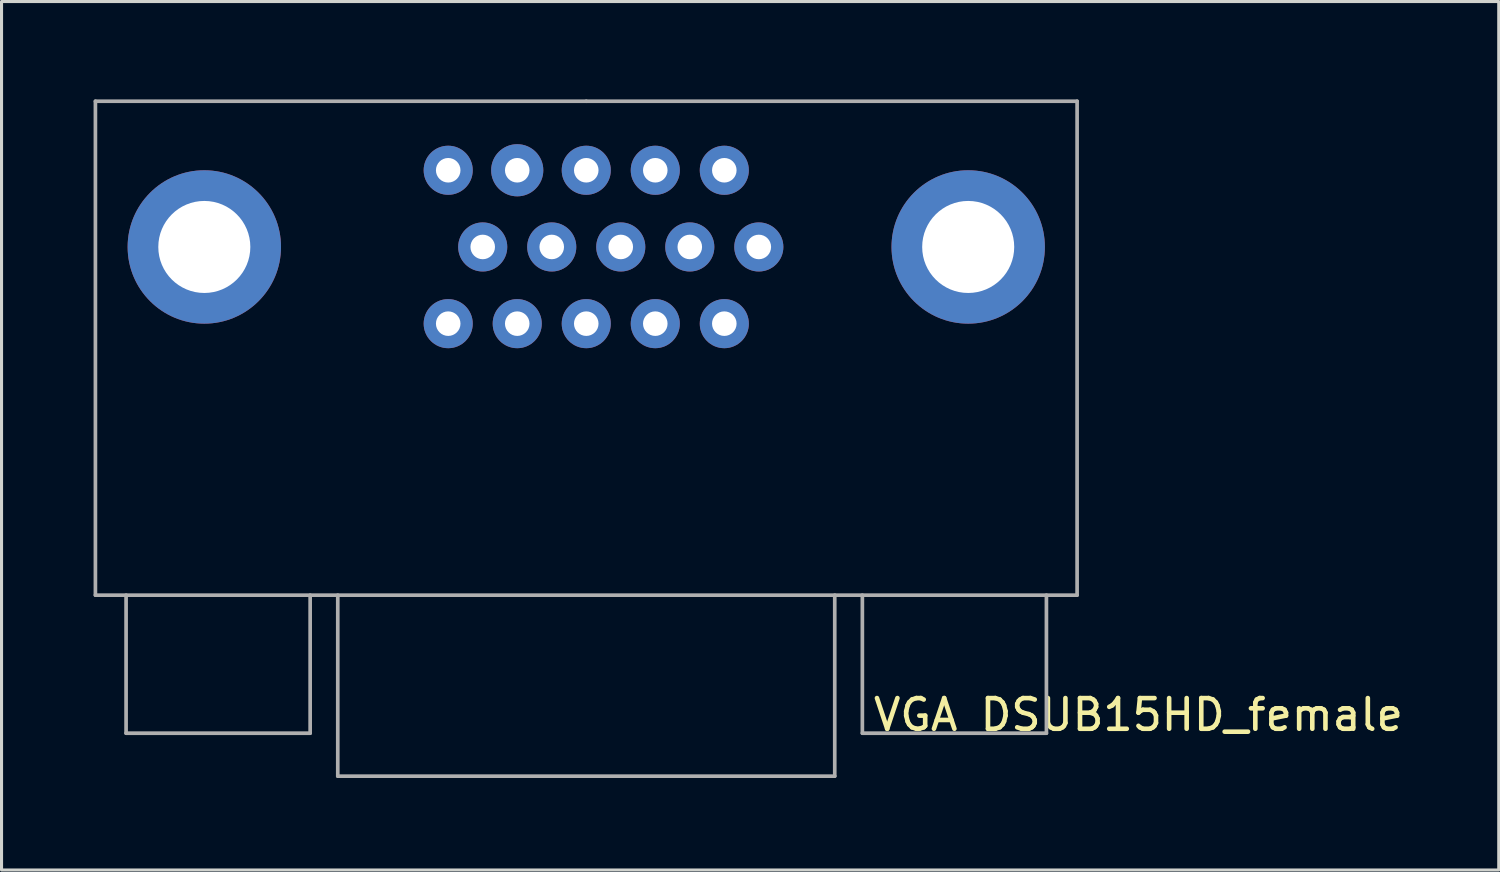
<source format=kicad_pcb>
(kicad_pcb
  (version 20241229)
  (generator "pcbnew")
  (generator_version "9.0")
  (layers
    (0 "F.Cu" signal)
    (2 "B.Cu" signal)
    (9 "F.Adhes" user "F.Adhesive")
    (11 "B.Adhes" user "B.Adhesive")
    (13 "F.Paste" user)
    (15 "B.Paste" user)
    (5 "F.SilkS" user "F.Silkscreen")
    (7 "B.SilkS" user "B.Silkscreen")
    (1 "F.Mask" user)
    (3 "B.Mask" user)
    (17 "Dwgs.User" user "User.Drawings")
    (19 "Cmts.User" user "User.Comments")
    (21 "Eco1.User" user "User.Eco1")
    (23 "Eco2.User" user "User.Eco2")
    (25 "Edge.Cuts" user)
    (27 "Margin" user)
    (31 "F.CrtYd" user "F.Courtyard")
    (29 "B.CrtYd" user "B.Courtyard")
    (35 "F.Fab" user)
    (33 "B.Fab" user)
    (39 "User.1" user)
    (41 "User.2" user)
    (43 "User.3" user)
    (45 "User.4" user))
  (footprint "VGA DSUB15HD_female"
    (layer "F.Cu")
    (at 16.06 0.25)
    (property "Reference" "VGA DSUB15HD_female" (at 18 20 0) (layer "F.SilkS") (effects (font (size 1 1) (thickness 0.15))))
    (attr through_hole)
    (fp_line (start -16 0) (end -16 16.1) (stroke (width 0.12) (type solid)) (layer "F.Fab"))
    (fp_line (start -16 16.1) (end 16 16.1) (stroke (width 0.12) (type solid)) (layer "F.Fab"))
    (fp_line (start -15 16.1) (end -15 20.6) (stroke (width 0.12) (type solid)) (layer "F.Fab"))
    (fp_line (start -15 20.6) (end -9 20.6) (stroke (width 0.12) (type solid)) (layer "F.Fab"))
    (fp_line (start -9 20.6) (end -9 16.1) (stroke (width 0.12) (type solid)) (layer "F.Fab"))
    (fp_line (start -8.1 22) (end -8.1 16.1) (stroke (width 0.12) (type solid)) (layer "F.Fab"))
    (fp_line (start 0 0) (end -16 0) (stroke (width 0.12) (type solid)) (layer "F.Fab"))
    (fp_line (start 0 0) (end 16 0) (stroke (width 0.12) (type solid)) (layer "F.Fab"))
    (fp_line (start 8.1 22) (end -8.1 22) (stroke (width 0.12) (type solid)) (layer "F.Fab"))
    (fp_line (start 8.1 22) (end 8.1 16.1) (stroke (width 0.12) (type solid)) (layer "F.Fab"))
    (fp_line (start 9 20.6) (end 9 16.1) (stroke (width 0.12) (type solid)) (layer "F.Fab"))
    (fp_line (start 15 16.1) (end 15 20.6) (stroke (width 0.12) (type solid)) (layer "F.Fab"))
    (fp_line (start 15 20.6) (end 9 20.6) (stroke (width 0.12) (type solid)) (layer "F.Fab"))
    (fp_line (start 16 0) (end 16 16.1) (stroke (width 0.12) (type solid)) (layer "F.Fab"))
    (pad "" thru_hole circle (at -12.45 4.75) (size 5 5) (drill 3) (layers "*.Cu" "*.Mask"))
    (pad "" thru_hole circle (at 12.45 4.75) (size 5 5) (drill 3) (layers "*.Cu" "*.Mask"))
    (pad "1" thru_hole circle (at 4.5 2.25) (size 1.6 1.6) (drill 0.8) (layers "*.Cu" "*.Mask"))
    (pad "2" thru_hole circle (at 2.25 2.25) (size 1.6 1.6) (drill 0.8) (layers "*.Cu" "*.Mask"))
    (pad "3" thru_hole circle (at 0 2.25) (size 1.6 1.6) (drill 0.8) (layers "*.Cu" "*.Mask"))
    (pad "4" thru_hole circle (at -2.25 2.25) (size 1.7 1.7) (drill 0.8) (layers "*.Cu" "*.Mask"))
    (pad "5" thru_hole circle (at -4.5 2.25) (size 1.6 1.6) (drill 0.8) (layers "*.Cu" "*.Mask"))
    (pad "6" thru_hole circle (at 5.625 4.75) (size 1.6 1.6) (drill 0.8) (layers "*.Cu" "*.Mask"))
    (pad "7" thru_hole circle (at 3.375 4.75) (size 1.6 1.6) (drill 0.8) (layers "*.Cu" "*.Mask"))
    (pad "8" thru_hole circle (at 1.125 4.75) (size 1.6 1.6) (drill 0.8) (layers "*.Cu" "*.Mask"))
    (pad "9" thru_hole circle (at -1.125 4.75) (size 1.6 1.6) (drill 0.8) (layers "*.Cu" "*.Mask"))
    (pad "10" thru_hole circle (at -3.375 4.75) (size 1.6 1.6) (drill 0.8) (layers "*.Cu" "*.Mask"))
    (pad "11" thru_hole circle (at 4.5 7.25) (size 1.6 1.6) (drill 0.8) (layers "*.Cu" "*.Mask"))
    (pad "12" thru_hole circle (at 2.25 7.25) (size 1.6 1.6) (drill 0.8) (layers "*.Cu" "*.Mask"))
    (pad "13" thru_hole circle (at 0 7.25) (size 1.6 1.6) (drill 0.8) (layers "*.Cu" "*.Mask"))
    (pad "14" thru_hole circle (at -2.25 7.25) (size 1.6 1.6) (drill 0.8) (layers "*.Cu" "*.Mask"))
    (pad "15" thru_hole circle (at -4.5 7.25) (size 1.6 1.6) (drill 0.8) (layers "*.Cu" "*.Mask")))
  (gr_rect
    (start -3 -3)
    (end 45.804 25.31)
    (stroke (width 0.1) (type default))
    (fill no)
    (layer "Edge.Cuts")))
</source>
